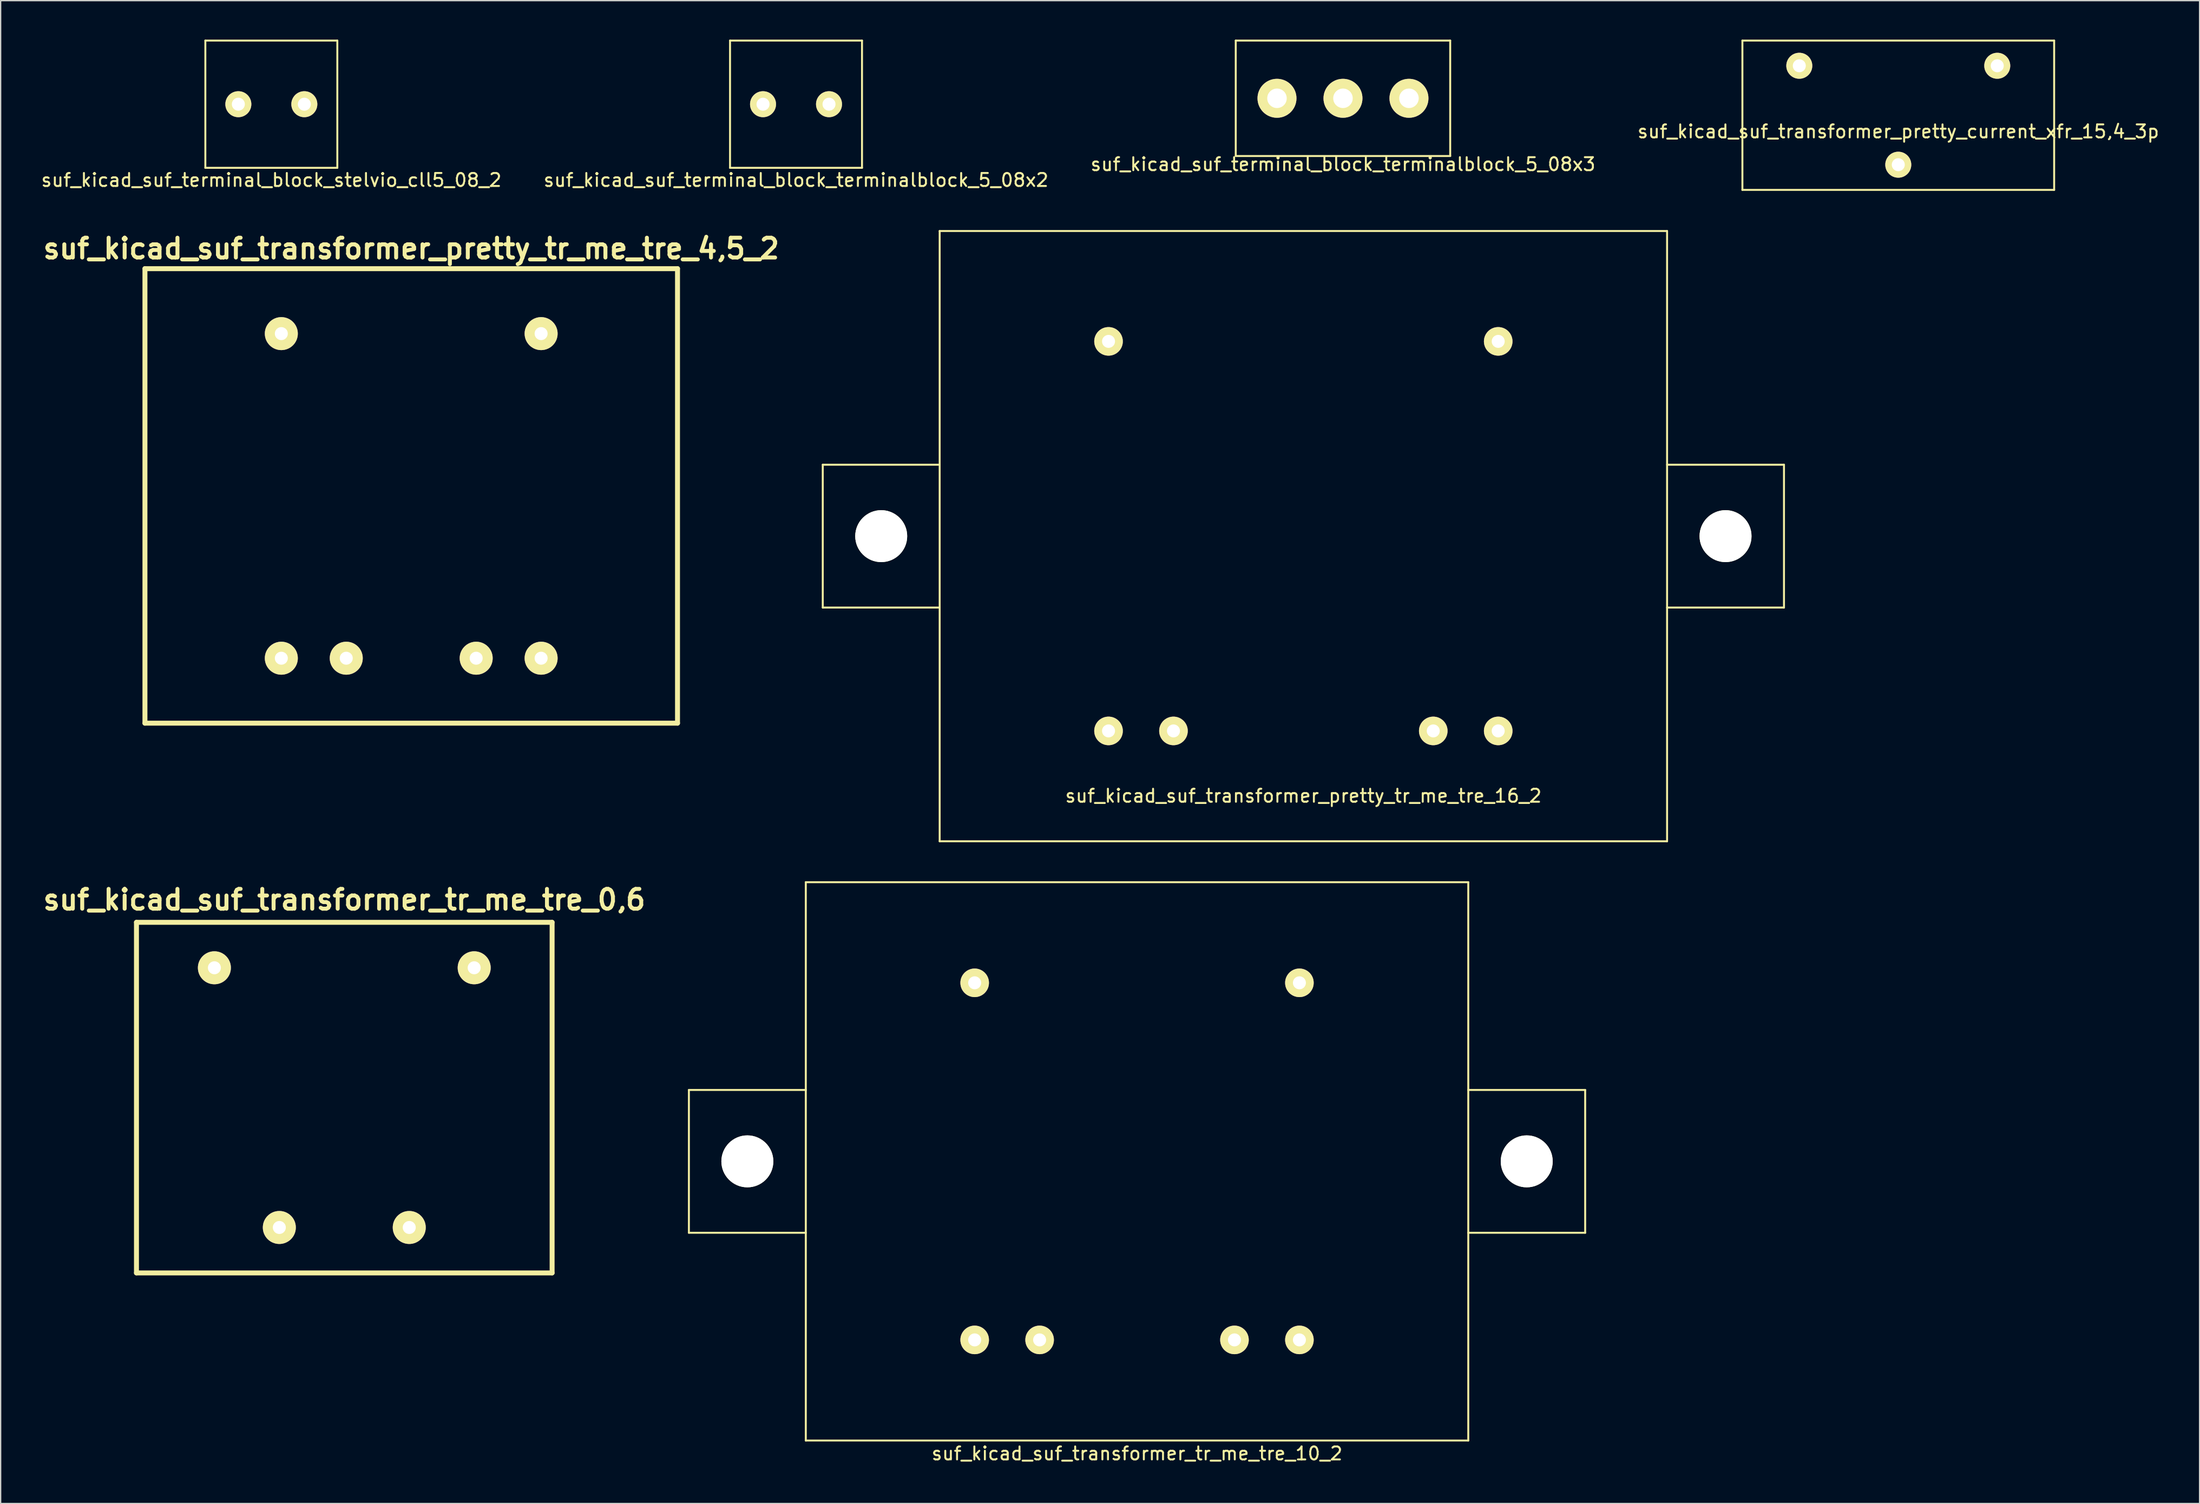
<source format=kicad_pcb>
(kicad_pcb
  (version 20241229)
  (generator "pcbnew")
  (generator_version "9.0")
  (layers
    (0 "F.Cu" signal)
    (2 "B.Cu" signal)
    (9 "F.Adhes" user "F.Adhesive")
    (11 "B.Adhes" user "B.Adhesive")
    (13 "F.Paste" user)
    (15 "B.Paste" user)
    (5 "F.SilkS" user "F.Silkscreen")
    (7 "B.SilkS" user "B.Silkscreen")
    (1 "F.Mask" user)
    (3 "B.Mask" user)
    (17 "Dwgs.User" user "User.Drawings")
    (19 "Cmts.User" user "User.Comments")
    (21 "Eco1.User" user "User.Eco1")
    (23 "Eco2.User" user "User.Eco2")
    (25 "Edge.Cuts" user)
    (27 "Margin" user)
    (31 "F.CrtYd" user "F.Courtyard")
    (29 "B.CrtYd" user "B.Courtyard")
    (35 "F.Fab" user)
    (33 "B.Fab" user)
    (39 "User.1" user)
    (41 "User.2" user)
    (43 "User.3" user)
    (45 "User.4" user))
  (footprint "suf_kicad_suf_terminal_block_stelvio_cll5_08_2"
    (layer "F.Cu")
    (at 17.839 4.975)
    (property "Reference" "suf_kicad_suf_terminal_block_stelvio_cll5_08_2" (at 0 5.842 0) (layer "F.SilkS") (effects (font (size 1 1) (thickness 0.15))))
    (attr through_hole)
    (fp_line (start -5.08 -4.9) (end -5.08 4.9) (stroke (width 0.15) (type solid)) (layer "F.SilkS"))
    (fp_line (start -5.08 4.9) (end 5.08 4.9) (stroke (width 0.15) (type solid)) (layer "F.SilkS"))
    (fp_line (start 5.08 -4.9) (end -5.08 -4.9) (stroke (width 0.15) (type solid)) (layer "F.SilkS"))
    (fp_line (start 5.08 4.9) (end 5.08 -4.9) (stroke (width 0.15) (type solid)) (layer "F.SilkS"))
    (pad "1" thru_hole circle (at -2.54 0) (size 2 2) (drill 1) (layers "*.Cu" "*.Mask" "F.SilkS"))
    (pad "2" thru_hole circle (at 2.54 0) (size 2 2) (drill 1) (layers "*.Cu" "*.Mask" "F.SilkS")))
  (footprint "suf_kicad_suf_transformer_pretty_current_xfr_15,4_3p"
    (layer "F.Cu")
    (at 143.089 5.825)
    (property "Reference" "suf_kicad_suf_transformer_pretty_current_xfr_15,4_3p" (at 0 1.25 0) (layer "F.SilkS") (effects (font (size 1 1) (thickness 0.15))))
    (attr through_hole)
    (fp_line (start -12 -5.75) (end 12 -5.75) (stroke (width 0.15) (type solid)) (layer "F.SilkS"))
    (fp_line (start -12 5.75) (end -12 -5.75) (stroke (width 0.15) (type solid)) (layer "F.SilkS"))
    (fp_line (start 12 -5.75) (end 12 5.75) (stroke (width 0.15) (type solid)) (layer "F.SilkS"))
    (fp_line (start 12 5.75) (end -12 5.75) (stroke (width 0.15) (type solid)) (layer "F.SilkS"))
    (pad "1" thru_hole circle (at -7.62 -3.81) (size 2 2) (drill 1) (layers "*.Cu" "*.Mask" "F.SilkS"))
    (pad "2" thru_hole circle (at 7.62 -3.81) (size 2 2) (drill 1) (layers "*.Cu" "*.Mask" "F.SilkS"))
    (pad "3" thru_hole circle (at 0 3.81) (size 2 2) (drill 1) (layers "*.Cu" "*.Mask" "F.SilkS")))
  (footprint "suf_kicad_suf_transformer_tr_me_tre_0,6"
    (layer "F.Cu")
    (at 23.455 81.482)
    (property "Reference" "suf_kicad_suf_transformer_tr_me_tre_0,6" (at 0 -15.24 0) (layer "F.SilkS") (effects (font (size 1.524 1.524) (thickness 0.305))))
    (attr through_hole)
    (fp_line (start -15.999 -13.5) (end 15.999 -13.5) (stroke (width 0.381) (type solid)) (layer "F.SilkS"))
    (fp_line (start -15.999 13.5) (end -15.999 -13.5) (stroke (width 0.381) (type solid)) (layer "F.SilkS"))
    (fp_line (start 15.999 -13.5) (end 15.999 13.5) (stroke (width 0.381) (type solid)) (layer "F.SilkS"))
    (fp_line (start 15.999 13.5) (end -15.999 13.5) (stroke (width 0.381) (type solid)) (layer "F.SilkS"))
    (pad "1" thru_hole circle (at 10 -10) (size 2.54 2.54) (drill 1.001) (layers "*.Cu" "*.Mask" "F.SilkS"))
    (pad "5" thru_hole circle (at -10 -10) (size 2.54 2.54) (drill 1.001) (layers "*.Cu" "*.Mask" "F.SilkS"))
    (pad "7" thru_hole circle (at -5.001 10) (size 2.54 2.54) (drill 1.001) (layers "*.Cu" "*.Mask" "F.SilkS"))
    (pad "9" thru_hole circle (at 5.001 10) (size 2.54 2.54) (drill 1.001) (layers "*.Cu" "*.Mask" "F.SilkS")))
  (footprint "suf_kicad_suf_terminal_block_terminalblock_5_08x2"
    (layer "F.Cu")
    (at 58.232 4.975)
    (property "Reference" "suf_kicad_suf_terminal_block_terminalblock_5_08x2" (at 0 5.842 0) (layer "F.SilkS") (effects (font (size 1 1) (thickness 0.15))))
    (attr through_hole)
    (fp_line (start -5.08 -4.9) (end -5.08 4.9) (stroke (width 0.15) (type solid)) (layer "F.SilkS"))
    (fp_line (start -5.08 4.9) (end 5.08 4.9) (stroke (width 0.15) (type solid)) (layer "F.SilkS"))
    (fp_line (start 5.08 -4.9) (end -5.08 -4.9) (stroke (width 0.15) (type solid)) (layer "F.SilkS"))
    (fp_line (start 5.08 4.9) (end 5.08 -4.9) (stroke (width 0.15) (type solid)) (layer "F.SilkS"))
    (pad "1" thru_hole circle (at -2.54 0) (size 2 2) (drill 1) (layers "*.Cu" "*.Mask" "F.SilkS"))
    (pad "2" thru_hole circle (at 2.54 0) (size 2 2) (drill 1) (layers "*.Cu" "*.Mask" "F.SilkS")))
  (footprint "suf_kicad_suf_transformer_pretty_tr_me_tre_4,5_2"
    (layer "F.Cu")
    (at 28.608 35.142)
    (property "Reference" "suf_kicad_suf_transformer_pretty_tr_me_tre_4,5_2" (at 0 -19.05 0) (layer "F.SilkS") (effects (font (size 1.524 1.524) (thickness 0.305))))
    (attr through_hole)
    (fp_line (start -20.5 -17.501) (end -20.5 17.501) (stroke (width 0.381) (type solid)) (layer "F.SilkS"))
    (fp_line (start -20.5 17.501) (end 20.5 17.501) (stroke (width 0.381) (type solid)) (layer "F.SilkS"))
    (fp_line (start 20.5 -17.501) (end -20.5 -17.501) (stroke (width 0.381) (type solid)) (layer "F.SilkS"))
    (fp_line (start 20.5 17.501) (end 20.5 -17.501) (stroke (width 0.381) (type solid)) (layer "F.SilkS"))
    (pad "1" thru_hole circle (at 10 -12.499) (size 2.54 2.54) (drill 1.001) (layers "*.Cu" "*.Mask" "F.SilkS"))
    (pad "5" thru_hole circle (at -10 -12.499) (size 2.54 2.54) (drill 1.001) (layers "*.Cu" "*.Mask" "F.SilkS"))
    (pad "6" thru_hole circle (at -10 12.499) (size 2.54 2.54) (drill 1.001) (layers "*.Cu" "*.Mask" "F.SilkS"))
    (pad "7" thru_hole circle (at -5.001 12.499) (size 2.54 2.54) (drill 1.001) (layers "*.Cu" "*.Mask" "F.SilkS"))
    (pad "9" thru_hole circle (at 5.001 12.499) (size 2.54 2.54) (drill 1.001) (layers "*.Cu" "*.Mask" "F.SilkS"))
    (pad "10" thru_hole circle (at 10 12.499) (size 2.54 2.54) (drill 1.001) (layers "*.Cu" "*.Mask" "F.SilkS")))
  (footprint "suf_kicad_suf_terminal_block_terminalblock_5_08x3"
    (layer "F.Cu")
    (at 100.339 4.52)
    (property "Reference" "suf_kicad_suf_terminal_block_terminalblock_5_08x3" (at 0 5.08 0) (layer "F.SilkS") (effects (font (size 1 1) (thickness 0.15))))
    (attr through_hole)
    (fp_line (start -8.255 -4.445) (end -8.255 4.445) (stroke (width 0.15) (type solid)) (layer "F.SilkS"))
    (fp_line (start -8.255 4.445) (end 8.255 4.445) (stroke (width 0.15) (type solid)) (layer "F.SilkS"))
    (fp_line (start 8.255 -4.445) (end -8.255 -4.445) (stroke (width 0.15) (type solid)) (layer "F.SilkS"))
    (fp_line (start 8.255 4.445) (end 8.255 -4.445) (stroke (width 0.15) (type solid)) (layer "F.SilkS"))
    (pad "1" thru_hole circle (at -5.08 0) (size 3 3) (drill 1.5) (layers "*.Cu" "*.Mask" "F.SilkS"))
    (pad "2" thru_hole circle (at 0 0) (size 3 3) (drill 1.5) (layers "*.Cu" "*.Mask" "F.SilkS"))
    (pad "3" thru_hole circle (at 5.08 0) (size 3 3) (drill 1.5) (layers "*.Cu" "*.Mask" "F.SilkS")))
  (footprint "suf_kicad_suf_transformer_pretty_tr_me_tre_16_2"
    (layer "F.Cu")
    (at 97.29 38.24)
    (property "Reference" "suf_kicad_suf_transformer_pretty_tr_me_tre_16_2" (at 0 20 0) (layer "F.SilkS") (effects (font (size 1 1) (thickness 0.15))))
    (attr through_hole)
    (fp_line (start -37 -5.5) (end -37 5.5) (stroke (width 0.15) (type solid)) (layer "F.SilkS"))
    (fp_line (start -37 5.5) (end -28 5.5) (stroke (width 0.15) (type solid)) (layer "F.SilkS"))
    (fp_line (start -28 -23.5) (end -28 23.5) (stroke (width 0.15) (type solid)) (layer "F.SilkS"))
    (fp_line (start -28 -5.5) (end -37 -5.5) (stroke (width 0.15) (type solid)) (layer "F.SilkS"))
    (fp_line (start -28 23.5) (end 28 23.5) (stroke (width 0.15) (type solid)) (layer "F.SilkS"))
    (fp_line (start 28 -23.5) (end -28 -23.5) (stroke (width 0.15) (type solid)) (layer "F.SilkS"))
    (fp_line (start 28 -5.5) (end 37 -5.5) (stroke (width 0.15) (type solid)) (layer "F.SilkS"))
    (fp_line (start 28 23.5) (end 28 -23.5) (stroke (width 0.15) (type solid)) (layer "F.SilkS"))
    (fp_line (start 37 -5.5) (end 37 5.5) (stroke (width 0.15) (type solid)) (layer "F.SilkS"))
    (fp_line (start 37 5.5) (end 28 5.5) (stroke (width 0.15) (type solid)) (layer "F.SilkS"))
    (pad "" np_thru_hole circle (at -32.5 0) (size 4 4) (drill 4) (layers "*.Cu" "*.Mask" "F.SilkS"))
    (pad "" np_thru_hole circle (at 32.5 0) (size 4 4) (drill 4) (layers "*.Cu" "*.Mask" "F.SilkS"))
    (pad "1" thru_hole circle (at -15 -15) (size 2.2 2.2) (drill 1) (layers "*.Cu" "*.Mask" "F.SilkS"))
    (pad "7" thru_hole circle (at 15 -15) (size 2.2 2.2) (drill 1) (layers "*.Cu" "*.Mask" "F.SilkS"))
    (pad "8" thru_hole circle (at 15 15) (size 2.2 2.2) (drill 1) (layers "*.Cu" "*.Mask" "F.SilkS"))
    (pad "9" thru_hole circle (at 10 15) (size 2.2 2.2) (drill 1) (layers "*.Cu" "*.Mask" "F.SilkS"))
    (pad "13" thru_hole circle (at -10 15) (size 2.2 2.2) (drill 1) (layers "*.Cu" "*.Mask" "F.SilkS"))
    (pad "14" thru_hole circle (at -15 15) (size 2.2 2.2) (drill 1) (layers "*.Cu" "*.Mask" "F.SilkS")))
  (footprint "suf_kicad_suf_transformer_tr_me_tre_10_2"
    (layer "F.Cu")
    (at 84.485 86.39)
    (property "Reference" "suf_kicad_suf_transformer_tr_me_tre_10_2" (at 0 22.5 0) (layer "F.SilkS") (effects (font (size 1 1) (thickness 0.15))))
    (attr through_hole)
    (fp_line (start -34.5 -5.5) (end -34.5 5.5) (stroke (width 0.15) (type solid)) (layer "F.SilkS"))
    (fp_line (start -34.5 5.5) (end -25.5 5.5) (stroke (width 0.15) (type solid)) (layer "F.SilkS"))
    (fp_line (start -25.5 -21.5) (end -25.5 21.5) (stroke (width 0.15) (type solid)) (layer "F.SilkS"))
    (fp_line (start -25.5 -5.5) (end -34.5 -5.5) (stroke (width 0.15) (type solid)) (layer "F.SilkS"))
    (fp_line (start -25.5 21.5) (end 25.5 21.5) (stroke (width 0.15) (type solid)) (layer "F.SilkS"))
    (fp_line (start 25.5 -21.5) (end -25.5 -21.5) (stroke (width 0.15) (type solid)) (layer "F.SilkS"))
    (fp_line (start 25.5 -5.5) (end 34.5 -5.5) (stroke (width 0.15) (type solid)) (layer "F.SilkS"))
    (fp_line (start 25.5 21.5) (end 25.5 -21.5) (stroke (width 0.15) (type solid)) (layer "F.SilkS"))
    (fp_line (start 34.5 -5.5) (end 34.5 5.5) (stroke (width 0.15) (type solid)) (layer "F.SilkS"))
    (fp_line (start 34.5 5.5) (end 25.5 5.5) (stroke (width 0.15) (type solid)) (layer "F.SilkS"))
    (pad "" np_thru_hole circle (at -30 0) (size 4 4) (drill 4) (layers "*.Cu" "*.Mask" "F.SilkS"))
    (pad "" np_thru_hole circle (at 30 0) (size 4 4) (drill 4) (layers "*.Cu" "*.Mask" "F.SilkS"))
    (pad "1" thru_hole circle (at -12.5 -13.75) (size 2.2 2.2) (drill 1) (layers "*.Cu" "*.Mask" "F.SilkS"))
    (pad "6" thru_hole circle (at 12.5 -13.75) (size 2.2 2.2) (drill 1) (layers "*.Cu" "*.Mask" "F.SilkS"))
    (pad "7" thru_hole circle (at 12.5 13.75) (size 2.2 2.2) (drill 1) (layers "*.Cu" "*.Mask" "F.SilkS"))
    (pad "8" thru_hole circle (at 7.5 13.75) (size 2.2 2.2) (drill 1) (layers "*.Cu" "*.Mask" "F.SilkS"))
    (pad "11" thru_hole circle (at -7.5 13.75) (size 2.2 2.2) (drill 1) (layers "*.Cu" "*.Mask" "F.SilkS"))
    (pad "12" thru_hole circle (at -12.5 13.75) (size 2.2 2.2) (drill 1) (layers "*.Cu" "*.Mask" "F.SilkS")))
  (gr_rect
    (start -3 -3)
    (end 166.286 112.739)
    (stroke (width 0.1) (type default))
    (fill no)
    (layer "Edge.Cuts")))
</source>
